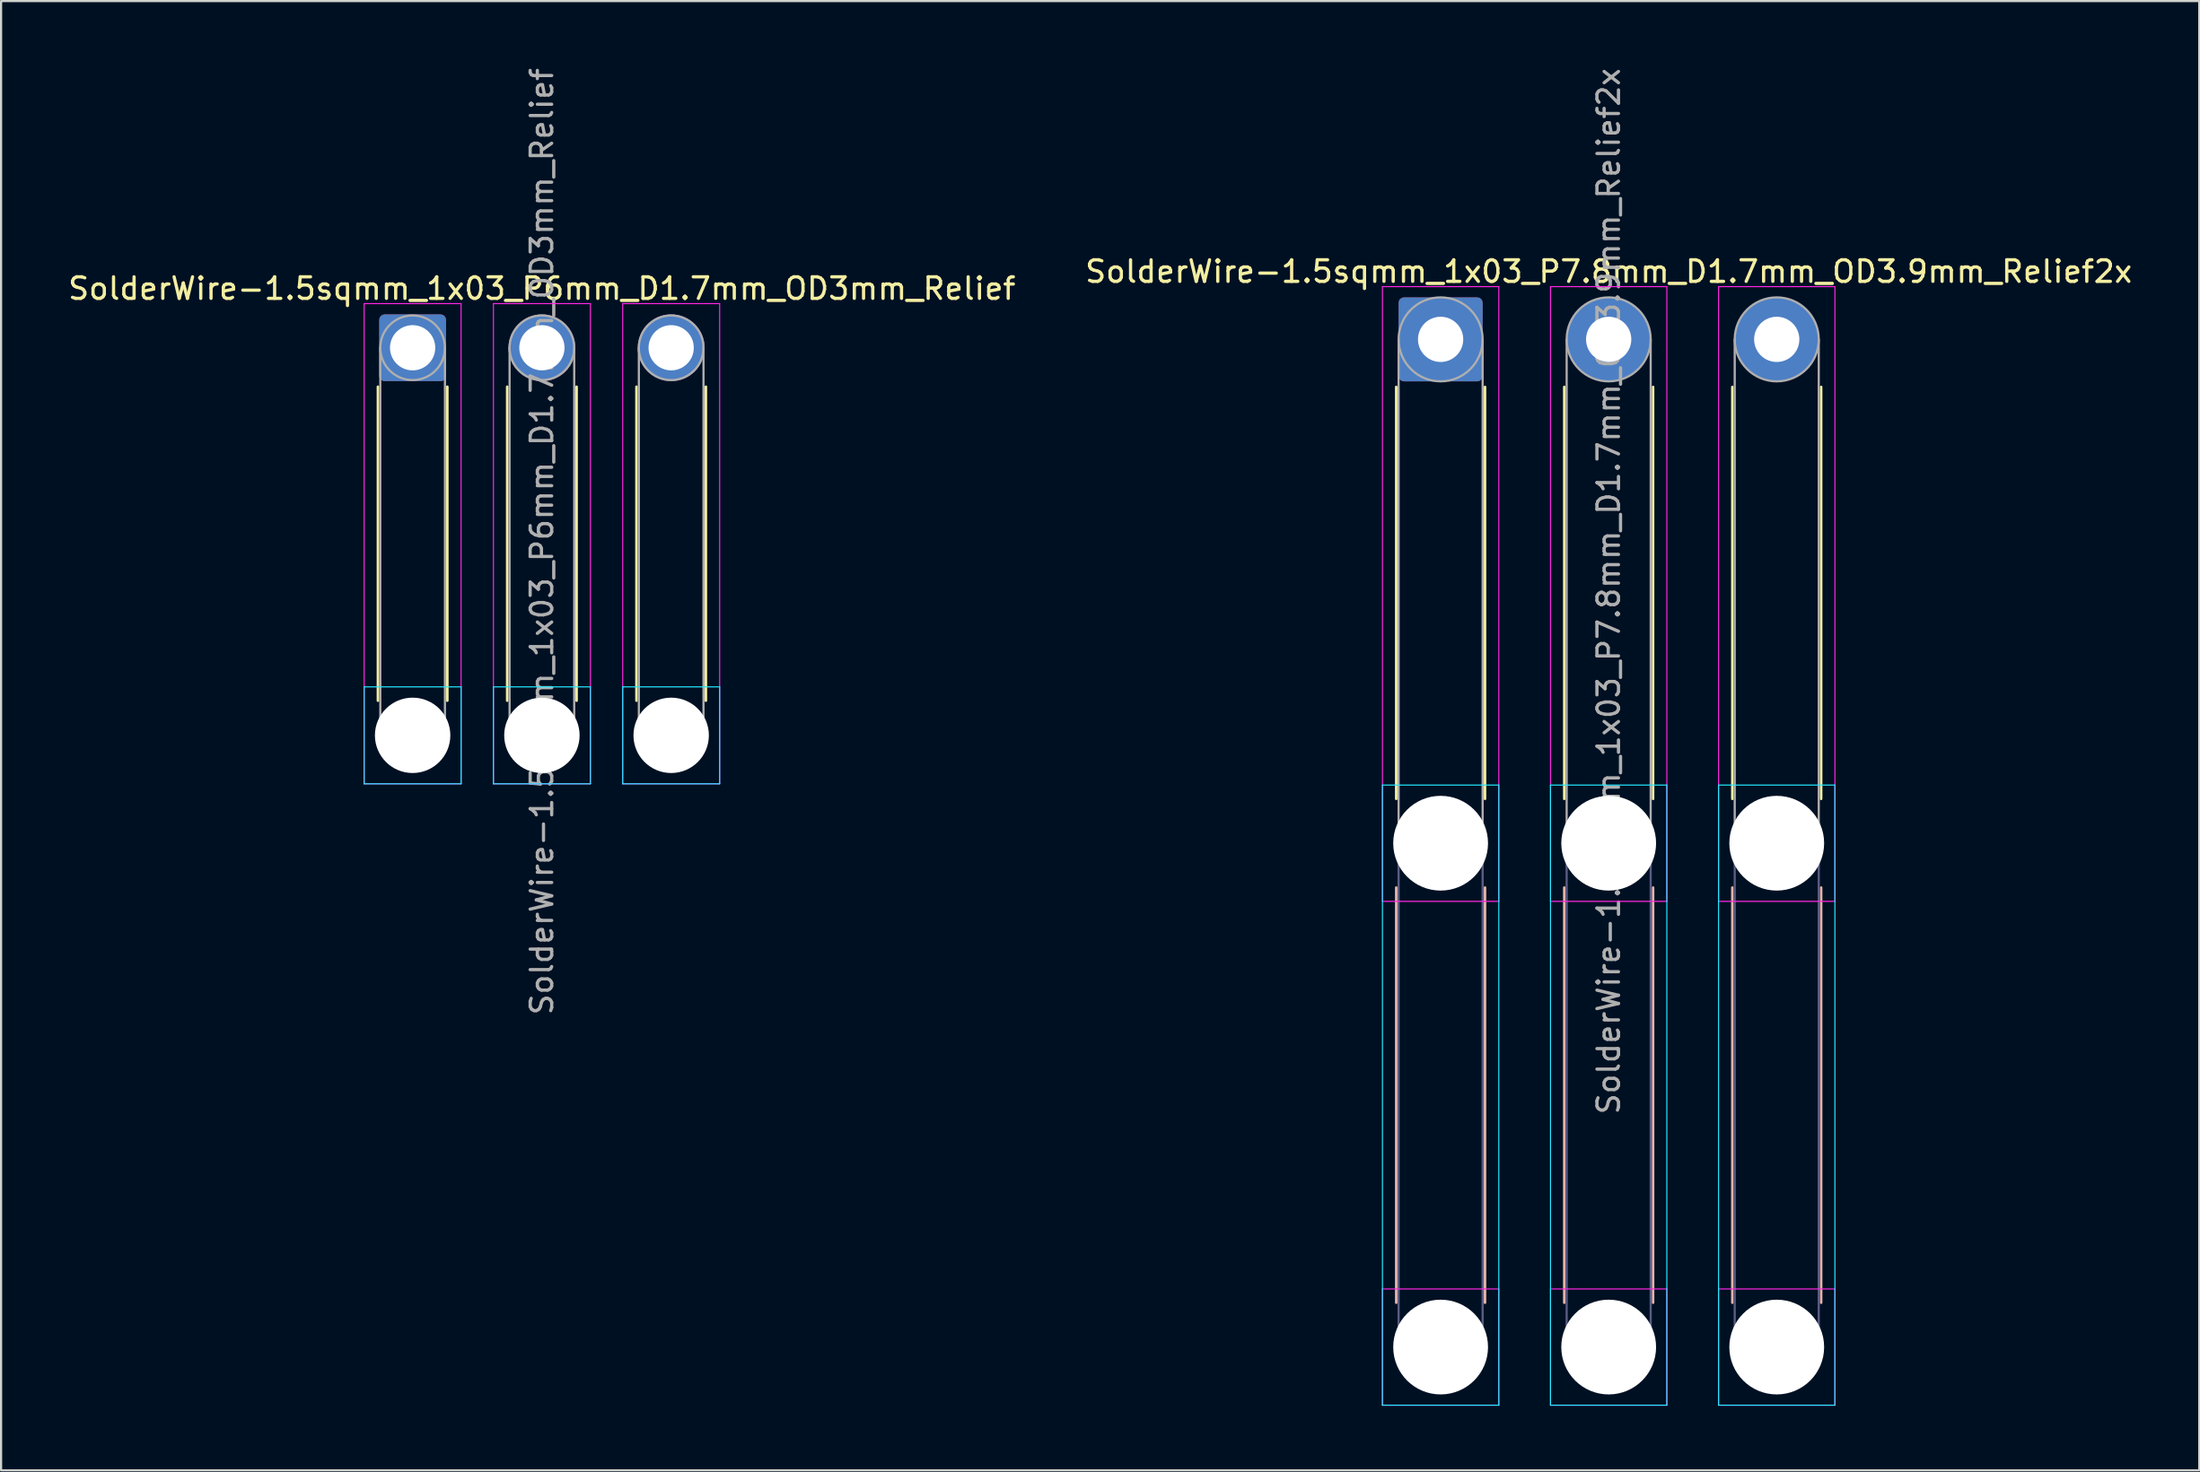
<source format=kicad_pcb>
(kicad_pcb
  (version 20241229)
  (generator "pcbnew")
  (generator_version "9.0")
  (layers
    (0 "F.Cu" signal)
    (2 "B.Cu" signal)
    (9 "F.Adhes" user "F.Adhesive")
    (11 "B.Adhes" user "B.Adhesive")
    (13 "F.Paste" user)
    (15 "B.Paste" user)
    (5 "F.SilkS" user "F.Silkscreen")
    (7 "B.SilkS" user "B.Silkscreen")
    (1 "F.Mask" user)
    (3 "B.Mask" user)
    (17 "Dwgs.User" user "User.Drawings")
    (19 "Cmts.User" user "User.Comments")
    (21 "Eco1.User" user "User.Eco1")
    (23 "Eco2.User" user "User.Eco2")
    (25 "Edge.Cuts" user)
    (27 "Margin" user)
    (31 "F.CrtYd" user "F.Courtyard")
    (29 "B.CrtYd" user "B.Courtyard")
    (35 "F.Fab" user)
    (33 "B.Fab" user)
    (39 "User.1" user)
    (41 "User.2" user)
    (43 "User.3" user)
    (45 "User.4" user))
  (footprint "SolderWire-1.5sqmm_1x03_P7.8mm_D1.7mm_OD3.9mm_Relief2x"
    (layer "F.Cu")
    (at 63.813 12.711)
    (property "Reference" "SolderWire-1.5sqmm_1x03_P7.8mm_D1.7mm_OD3.9mm_Relief2x" (at 7.8 -3.15 0) (layer "F.SilkS") (effects (font (size 1 1) (thickness 0.15))))
    (attr exclude_from_pos_files exclude_from_bom)
    (fp_line (start -2.06 2.21) (end -2.06 21.34) (stroke (width 0.12) (type solid)) (layer "F.SilkS"))
    (fp_line (start 2.06 2.21) (end 2.06 21.34) (stroke (width 0.12) (type solid)) (layer "F.SilkS"))
    (fp_line (start 5.74 2.21) (end 5.74 21.34) (stroke (width 0.12) (type solid)) (layer "F.SilkS"))
    (fp_line (start 9.86 2.21) (end 9.86 21.34) (stroke (width 0.12) (type solid)) (layer "F.SilkS"))
    (fp_line (start 13.54 2.21) (end 13.54 21.34) (stroke (width 0.12) (type solid)) (layer "F.SilkS"))
    (fp_line (start 17.66 2.21) (end 17.66 21.34) (stroke (width 0.12) (type solid)) (layer "F.SilkS"))
    (fp_line (start -2.06 25.46) (end -2.06 44.74) (stroke (width 0.12) (type solid)) (layer "B.SilkS"))
    (fp_line (start 2.06 25.46) (end 2.06 44.74) (stroke (width 0.12) (type solid)) (layer "B.SilkS"))
    (fp_line (start 5.74 25.46) (end 5.74 44.74) (stroke (width 0.12) (type solid)) (layer "B.SilkS"))
    (fp_line (start 9.86 25.46) (end 9.86 44.74) (stroke (width 0.12) (type solid)) (layer "B.SilkS"))
    (fp_line (start 13.54 25.46) (end 13.54 44.74) (stroke (width 0.12) (type solid)) (layer "B.SilkS"))
    (fp_line (start 17.66 25.46) (end 17.66 44.74) (stroke (width 0.12) (type solid)) (layer "B.SilkS"))
    (fp_line (start -2.7 20.7) (end -2.7 49.5) (stroke (width 0.05) (type solid)) (layer "B.CrtYd"))
    (fp_line (start -2.7 49.5) (end 2.7 49.5) (stroke (width 0.05) (type solid)) (layer "B.CrtYd"))
    (fp_line (start 2.7 20.7) (end -2.7 20.7) (stroke (width 0.05) (type solid)) (layer "B.CrtYd"))
    (fp_line (start 2.7 49.5) (end 2.7 20.7) (stroke (width 0.05) (type solid)) (layer "B.CrtYd"))
    (fp_line (start 5.1 20.7) (end 5.1 49.5) (stroke (width 0.05) (type solid)) (layer "B.CrtYd"))
    (fp_line (start 5.1 49.5) (end 10.5 49.5) (stroke (width 0.05) (type solid)) (layer "B.CrtYd"))
    (fp_line (start 10.5 20.7) (end 5.1 20.7) (stroke (width 0.05) (type solid)) (layer "B.CrtYd"))
    (fp_line (start 10.5 49.5) (end 10.5 20.7) (stroke (width 0.05) (type solid)) (layer "B.CrtYd"))
    (fp_line (start 12.9 20.7) (end 12.9 49.5) (stroke (width 0.05) (type solid)) (layer "B.CrtYd"))
    (fp_line (start 12.9 49.5) (end 18.3 49.5) (stroke (width 0.05) (type solid)) (layer "B.CrtYd"))
    (fp_line (start 18.3 20.7) (end 12.9 20.7) (stroke (width 0.05) (type solid)) (layer "B.CrtYd"))
    (fp_line (start 18.3 49.5) (end 18.3 20.7) (stroke (width 0.05) (type solid)) (layer "B.CrtYd"))
    (fp_line (start -2.7 -2.45) (end -2.7 26.1) (stroke (width 0.05) (type solid)) (layer "F.CrtYd"))
    (fp_line (start -2.7 26.1) (end 2.7 26.1) (stroke (width 0.05) (type solid)) (layer "F.CrtYd"))
    (fp_line (start -2.7 44.1) (end -2.7 49.5) (stroke (width 0.05) (type solid)) (layer "F.CrtYd"))
    (fp_line (start -2.7 49.5) (end 2.7 49.5) (stroke (width 0.05) (type solid)) (layer "F.CrtYd"))
    (fp_line (start 2.7 -2.45) (end -2.7 -2.45) (stroke (width 0.05) (type solid)) (layer "F.CrtYd"))
    (fp_line (start 2.7 26.1) (end 2.7 -2.45) (stroke (width 0.05) (type solid)) (layer "F.CrtYd"))
    (fp_line (start 2.7 44.1) (end -2.7 44.1) (stroke (width 0.05) (type solid)) (layer "F.CrtYd"))
    (fp_line (start 2.7 49.5) (end 2.7 44.1) (stroke (width 0.05) (type solid)) (layer "F.CrtYd"))
    (fp_line (start 5.1 -2.45) (end 5.1 26.1) (stroke (width 0.05) (type solid)) (layer "F.CrtYd"))
    (fp_line (start 5.1 26.1) (end 10.5 26.1) (stroke (width 0.05) (type solid)) (layer "F.CrtYd"))
    (fp_line (start 5.1 44.1) (end 5.1 49.5) (stroke (width 0.05) (type solid)) (layer "F.CrtYd"))
    (fp_line (start 5.1 49.5) (end 10.5 49.5) (stroke (width 0.05) (type solid)) (layer "F.CrtYd"))
    (fp_line (start 10.5 -2.45) (end 5.1 -2.45) (stroke (width 0.05) (type solid)) (layer "F.CrtYd"))
    (fp_line (start 10.5 26.1) (end 10.5 -2.45) (stroke (width 0.05) (type solid)) (layer "F.CrtYd"))
    (fp_line (start 10.5 44.1) (end 5.1 44.1) (stroke (width 0.05) (type solid)) (layer "F.CrtYd"))
    (fp_line (start 10.5 49.5) (end 10.5 44.1) (stroke (width 0.05) (type solid)) (layer "F.CrtYd"))
    (fp_line (start 12.9 -2.45) (end 12.9 26.1) (stroke (width 0.05) (type solid)) (layer "F.CrtYd"))
    (fp_line (start 12.9 26.1) (end 18.3 26.1) (stroke (width 0.05) (type solid)) (layer "F.CrtYd"))
    (fp_line (start 12.9 44.1) (end 12.9 49.5) (stroke (width 0.05) (type solid)) (layer "F.CrtYd"))
    (fp_line (start 12.9 49.5) (end 18.3 49.5) (stroke (width 0.05) (type solid)) (layer "F.CrtYd"))
    (fp_line (start 18.3 -2.45) (end 12.9 -2.45) (stroke (width 0.05) (type solid)) (layer "F.CrtYd"))
    (fp_line (start 18.3 26.1) (end 18.3 -2.45) (stroke (width 0.05) (type solid)) (layer "F.CrtYd"))
    (fp_line (start 18.3 44.1) (end 12.9 44.1) (stroke (width 0.05) (type solid)) (layer "F.CrtYd"))
    (fp_line (start 18.3 49.5) (end 18.3 44.1) (stroke (width 0.05) (type solid)) (layer "F.CrtYd"))
    (fp_line (start -1.95 23.4) (end -1.95 46.8) (stroke (width 0.1) (type solid)) (layer "B.Fab"))
    (fp_line (start 1.95 23.4) (end 1.95 46.8) (stroke (width 0.1) (type solid)) (layer "B.Fab"))
    (fp_line (start 5.85 23.4) (end 5.85 46.8) (stroke (width 0.1) (type solid)) (layer "B.Fab"))
    (fp_line (start 9.75 23.4) (end 9.75 46.8) (stroke (width 0.1) (type solid)) (layer "B.Fab"))
    (fp_line (start 13.65 23.4) (end 13.65 46.8) (stroke (width 0.1) (type solid)) (layer "B.Fab"))
    (fp_line (start 17.55 23.4) (end 17.55 46.8) (stroke (width 0.1) (type solid)) (layer "B.Fab"))
    (fp_circle (center 0 23.4) (end 1.95 23.4) (stroke (width 0.1) (type solid)) (fill no) (layer "B.Fab"))
    (fp_circle (center 0 46.8) (end 1.95 46.8) (stroke (width 0.1) (type solid)) (fill no) (layer "B.Fab"))
    (fp_circle (center 7.8 23.4) (end 9.75 23.4) (stroke (width 0.1) (type solid)) (fill no) (layer "B.Fab"))
    (fp_circle (center 7.8 46.8) (end 9.75 46.8) (stroke (width 0.1) (type solid)) (fill no) (layer "B.Fab"))
    (fp_circle (center 15.6 23.4) (end 17.55 23.4) (stroke (width 0.1) (type solid)) (fill no) (layer "B.Fab"))
    (fp_circle (center 15.6 46.8) (end 17.55 46.8) (stroke (width 0.1) (type solid)) (fill no) (layer "B.Fab"))
    (fp_line (start -1.95 0) (end -1.95 23.4) (stroke (width 0.1) (type solid)) (layer "F.Fab"))
    (fp_line (start 1.95 0) (end 1.95 23.4) (stroke (width 0.1) (type solid)) (layer "F.Fab"))
    (fp_line (start 5.85 0) (end 5.85 23.4) (stroke (width 0.1) (type solid)) (layer "F.Fab"))
    (fp_line (start 9.75 0) (end 9.75 23.4) (stroke (width 0.1) (type solid)) (layer "F.Fab"))
    (fp_line (start 13.65 0) (end 13.65 23.4) (stroke (width 0.1) (type solid)) (layer "F.Fab"))
    (fp_line (start 17.55 0) (end 17.55 23.4) (stroke (width 0.1) (type solid)) (layer "F.Fab"))
    (fp_circle (center 0 0) (end 1.95 0) (stroke (width 0.1) (type solid)) (fill no) (layer "F.Fab"))
    (fp_circle (center 0 23.4) (end 1.95 23.4) (stroke (width 0.1) (type solid)) (fill no) (layer "F.Fab"))
    (fp_circle (center 0 46.8) (end 1.95 46.8) (stroke (width 0.1) (type solid)) (fill no) (layer "F.Fab"))
    (fp_circle (center 7.8 0) (end 9.75 0) (stroke (width 0.1) (type solid)) (fill no) (layer "F.Fab"))
    (fp_circle (center 7.8 23.4) (end 9.75 23.4) (stroke (width 0.1) (type solid)) (fill no) (layer "F.Fab"))
    (fp_circle (center 7.8 46.8) (end 9.75 46.8) (stroke (width 0.1) (type solid)) (fill no) (layer "F.Fab"))
    (fp_circle (center 15.6 0) (end 17.55 0) (stroke (width 0.1) (type solid)) (fill no) (layer "F.Fab"))
    (fp_circle (center 15.6 23.4) (end 17.55 23.4) (stroke (width 0.1) (type solid)) (fill no) (layer "F.Fab"))
    (fp_circle (center 15.6 46.8) (end 17.55 46.8) (stroke (width 0.1) (type solid)) (fill no) (layer "F.Fab"))
    (fp_text user "${REFERENCE}" (at 7.8 11.7 90) (layer "F.Fab") (effects (font (size 1 1) (thickness 0.15))))
    (pad "" np_thru_hole circle (at 0 23.4) (size 4.4 4.4) (drill 4.4) (layers "*.Cu" "*.Mask"))
    (pad "" np_thru_hole circle (at 0 46.8) (size 4.4 4.4) (drill 4.4) (layers "*.Cu" "*.Mask"))
    (pad "" np_thru_hole circle (at 7.8 23.4) (size 4.4 4.4) (drill 4.4) (layers "*.Cu" "*.Mask"))
    (pad "" np_thru_hole circle (at 7.8 46.8) (size 4.4 4.4) (drill 4.4) (layers "*.Cu" "*.Mask"))
    (pad "" np_thru_hole circle (at 15.6 23.4) (size 4.4 4.4) (drill 4.4) (layers "*.Cu" "*.Mask"))
    (pad "" np_thru_hole circle (at 15.6 46.8) (size 4.4 4.4) (drill 4.4) (layers "*.Cu" "*.Mask"))
    (pad "1" thru_hole roundrect (at 0 0) (size 3.9 3.9) (drill 2.1) (layers "*.Cu" "*.Mask") (roundrect_rratio 0.064))
    (pad "2" thru_hole circle (at 7.8 0) (size 3.9 3.9) (drill 2.1) (layers "*.Cu" "*.Mask"))
    (pad "3" thru_hole circle (at 15.6 0) (size 3.9 3.9) (drill 2.1) (layers "*.Cu" "*.Mask")))
  (footprint "SolderWire-1.5sqmm_1x03_P6mm_D1.7mm_OD3mm_Relief"
    (layer "F.Cu")
    (at 16.101 13.101)
    (property "Reference" "SolderWire-1.5sqmm_1x03_P6mm_D1.7mm_OD3mm_Relief" (at 6 -2.75 0) (layer "F.SilkS") (effects (font (size 1 1) (thickness 0.15))))
    (attr exclude_from_pos_files exclude_from_bom)
    (fp_line (start -1.61 1.81) (end -1.61 16.39) (stroke (width 0.12) (type solid)) (layer "F.SilkS"))
    (fp_line (start 1.61 1.81) (end 1.61 16.39) (stroke (width 0.12) (type solid)) (layer "F.SilkS"))
    (fp_line (start 4.39 1.81) (end 4.39 16.39) (stroke (width 0.12) (type solid)) (layer "F.SilkS"))
    (fp_line (start 7.61 1.81) (end 7.61 16.39) (stroke (width 0.12) (type solid)) (layer "F.SilkS"))
    (fp_line (start 10.39 1.81) (end 10.39 16.39) (stroke (width 0.12) (type solid)) (layer "F.SilkS"))
    (fp_line (start 13.61 1.81) (end 13.61 16.39) (stroke (width 0.12) (type solid)) (layer "F.SilkS"))
    (fp_line (start -2.25 15.75) (end -2.25 20.25) (stroke (width 0.05) (type solid)) (layer "B.CrtYd"))
    (fp_line (start -2.25 20.25) (end 2.25 20.25) (stroke (width 0.05) (type solid)) (layer "B.CrtYd"))
    (fp_line (start 2.25 15.75) (end -2.25 15.75) (stroke (width 0.05) (type solid)) (layer "B.CrtYd"))
    (fp_line (start 2.25 20.25) (end 2.25 15.75) (stroke (width 0.05) (type solid)) (layer "B.CrtYd"))
    (fp_line (start 3.75 15.75) (end 3.75 20.25) (stroke (width 0.05) (type solid)) (layer "B.CrtYd"))
    (fp_line (start 3.75 20.25) (end 8.25 20.25) (stroke (width 0.05) (type solid)) (layer "B.CrtYd"))
    (fp_line (start 8.25 15.75) (end 3.75 15.75) (stroke (width 0.05) (type solid)) (layer "B.CrtYd"))
    (fp_line (start 8.25 20.25) (end 8.25 15.75) (stroke (width 0.05) (type solid)) (layer "B.CrtYd"))
    (fp_line (start 9.75 15.75) (end 9.75 20.25) (stroke (width 0.05) (type solid)) (layer "B.CrtYd"))
    (fp_line (start 9.75 20.25) (end 14.25 20.25) (stroke (width 0.05) (type solid)) (layer "B.CrtYd"))
    (fp_line (start 14.25 15.75) (end 9.75 15.75) (stroke (width 0.05) (type solid)) (layer "B.CrtYd"))
    (fp_line (start 14.25 20.25) (end 14.25 15.75) (stroke (width 0.05) (type solid)) (layer "B.CrtYd"))
    (fp_line (start -2.25 -2.05) (end -2.25 20.25) (stroke (width 0.05) (type solid)) (layer "F.CrtYd"))
    (fp_line (start -2.25 20.25) (end 2.25 20.25) (stroke (width 0.05) (type solid)) (layer "F.CrtYd"))
    (fp_line (start 2.25 -2.05) (end -2.25 -2.05) (stroke (width 0.05) (type solid)) (layer "F.CrtYd"))
    (fp_line (start 2.25 20.25) (end 2.25 -2.05) (stroke (width 0.05) (type solid)) (layer "F.CrtYd"))
    (fp_line (start 3.75 -2.05) (end 3.75 20.25) (stroke (width 0.05) (type solid)) (layer "F.CrtYd"))
    (fp_line (start 3.75 20.25) (end 8.25 20.25) (stroke (width 0.05) (type solid)) (layer "F.CrtYd"))
    (fp_line (start 8.25 -2.05) (end 3.75 -2.05) (stroke (width 0.05) (type solid)) (layer "F.CrtYd"))
    (fp_line (start 8.25 20.25) (end 8.25 -2.05) (stroke (width 0.05) (type solid)) (layer "F.CrtYd"))
    (fp_line (start 9.75 -2.05) (end 9.75 20.25) (stroke (width 0.05) (type solid)) (layer "F.CrtYd"))
    (fp_line (start 9.75 20.25) (end 14.25 20.25) (stroke (width 0.05) (type solid)) (layer "F.CrtYd"))
    (fp_line (start 14.25 -2.05) (end 9.75 -2.05) (stroke (width 0.05) (type solid)) (layer "F.CrtYd"))
    (fp_line (start 14.25 20.25) (end 14.25 -2.05) (stroke (width 0.05) (type solid)) (layer "F.CrtYd"))
    (fp_line (start -1.5 0) (end -1.5 18) (stroke (width 0.1) (type solid)) (layer "F.Fab"))
    (fp_line (start 1.5 0) (end 1.5 18) (stroke (width 0.1) (type solid)) (layer "F.Fab"))
    (fp_line (start 4.5 0) (end 4.5 18) (stroke (width 0.1) (type solid)) (layer "F.Fab"))
    (fp_line (start 7.5 0) (end 7.5 18) (stroke (width 0.1) (type solid)) (layer "F.Fab"))
    (fp_line (start 10.5 0) (end 10.5 18) (stroke (width 0.1) (type solid)) (layer "F.Fab"))
    (fp_line (start 13.5 0) (end 13.5 18) (stroke (width 0.1) (type solid)) (layer "F.Fab"))
    (fp_circle (center 0 0) (end 1.5 0) (stroke (width 0.1) (type solid)) (fill no) (layer "F.Fab"))
    (fp_circle (center 0 18) (end 1.5 18) (stroke (width 0.1) (type solid)) (fill no) (layer "F.Fab"))
    (fp_circle (center 6 0) (end 7.5 0) (stroke (width 0.1) (type solid)) (fill no) (layer "F.Fab"))
    (fp_circle (center 6 18) (end 7.5 18) (stroke (width 0.1) (type solid)) (fill no) (layer "F.Fab"))
    (fp_circle (center 12 0) (end 13.5 0) (stroke (width 0.1) (type solid)) (fill no) (layer "F.Fab"))
    (fp_circle (center 12 18) (end 13.5 18) (stroke (width 0.1) (type solid)) (fill no) (layer "F.Fab"))
    (fp_text user "${REFERENCE}" (at 6 9 90) (layer "F.Fab") (effects (font (size 1 1) (thickness 0.15))))
    (pad "" np_thru_hole circle (at 0 18) (size 3.5 3.5) (drill 3.5) (layers "*.Cu" "*.Mask"))
    (pad "" np_thru_hole circle (at 6 18) (size 3.5 3.5) (drill 3.5) (layers "*.Cu" "*.Mask"))
    (pad "" np_thru_hole circle (at 12 18) (size 3.5 3.5) (drill 3.5) (layers "*.Cu" "*.Mask"))
    (pad "1" thru_hole roundrect (at 0 0) (size 3.1 3.1) (drill 2.1) (layers "*.Cu" "*.Mask") (roundrect_rratio 0.081))
    (pad "2" thru_hole circle (at 6 0) (size 3.1 3.1) (drill 2.1) (layers "*.Cu" "*.Mask"))
    (pad "3" thru_hole circle (at 12 0) (size 3.1 3.1) (drill 2.1) (layers "*.Cu" "*.Mask")))
  (gr_rect
    (start -3 -3)
    (end 99.024 65.236)
    (stroke (width 0.1) (type default))
    (fill no)
    (layer "Edge.Cuts")))
</source>
